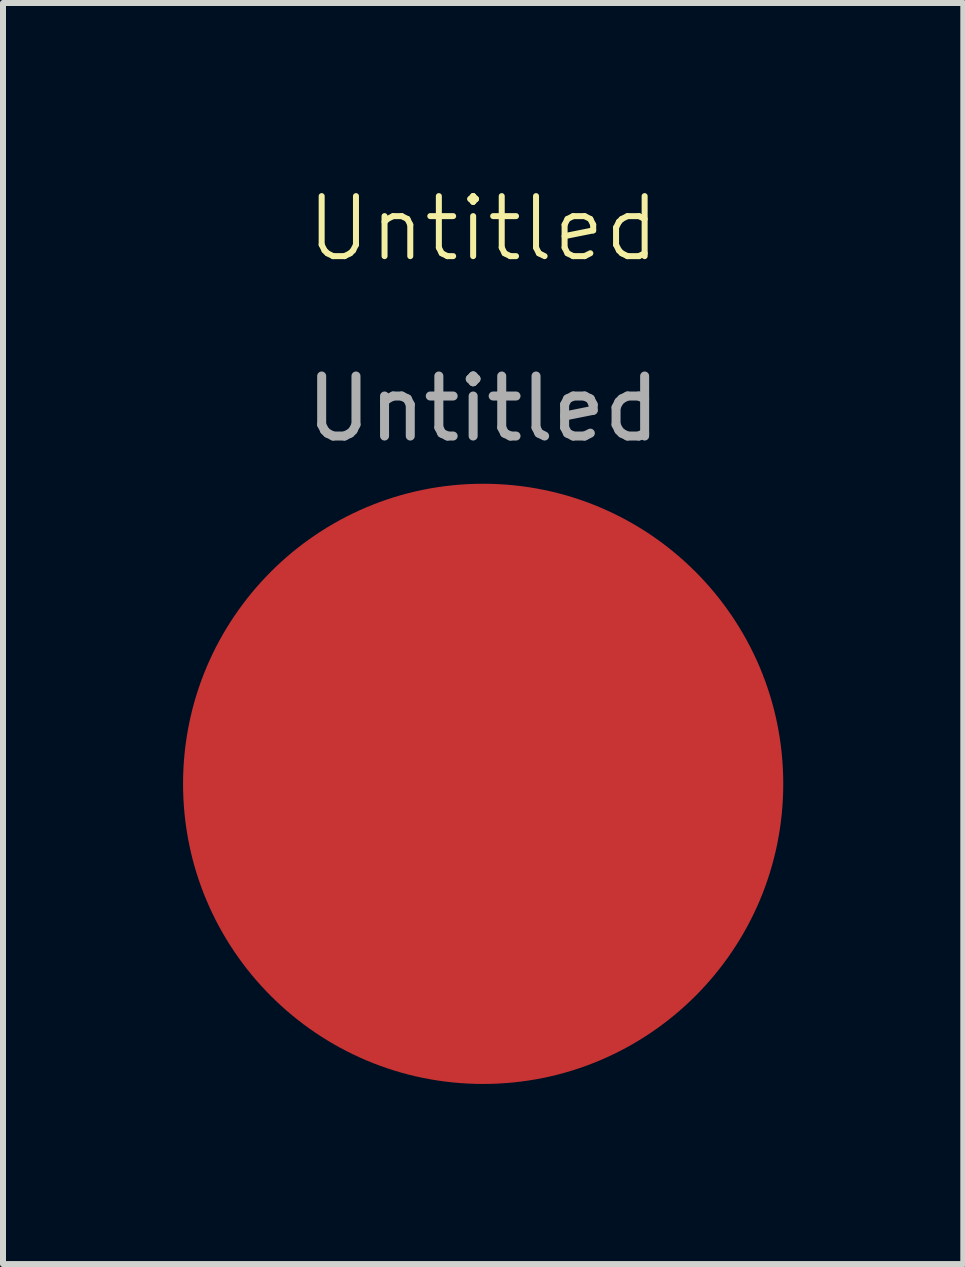
<source format=kicad_pcb>
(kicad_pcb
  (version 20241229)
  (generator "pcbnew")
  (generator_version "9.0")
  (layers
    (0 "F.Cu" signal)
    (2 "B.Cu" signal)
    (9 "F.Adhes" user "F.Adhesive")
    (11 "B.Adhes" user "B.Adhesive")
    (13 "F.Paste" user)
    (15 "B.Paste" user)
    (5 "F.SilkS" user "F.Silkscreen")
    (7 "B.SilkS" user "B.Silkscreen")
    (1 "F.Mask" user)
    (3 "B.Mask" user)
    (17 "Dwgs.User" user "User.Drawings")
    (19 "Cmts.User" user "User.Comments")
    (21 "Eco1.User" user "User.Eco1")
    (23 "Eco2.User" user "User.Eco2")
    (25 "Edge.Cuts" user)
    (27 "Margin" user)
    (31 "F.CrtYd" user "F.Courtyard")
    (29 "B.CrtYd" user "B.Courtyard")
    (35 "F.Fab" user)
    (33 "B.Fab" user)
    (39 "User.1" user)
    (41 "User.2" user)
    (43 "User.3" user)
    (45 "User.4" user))
  (footprint "Untitled"
    (layer "F.Cu")
    (at 5 1.26)
    (property "Reference" "Untitled" (at 0 -0.5 0) (unlocked yes) (layer "F.SilkS") (effects (font (size 1 1) (thickness 0.1))))
    (fp_text user "${REFERENCE}" (at 0 2.5 0) (unlocked yes) (layer "F.Fab") (effects (font (size 1 1) (thickness 0.15))))
    (pad "1" smd circle (at 0 8.75) (size 10 10) (layers "F.Cu" "F.Mask" "F.Paste")))
  (gr_rect
    (start -3 -3)
    (end 13 18.011)
    (stroke (width 0.1) (type default))
    (fill no)
    (layer "Edge.Cuts")))
</source>
